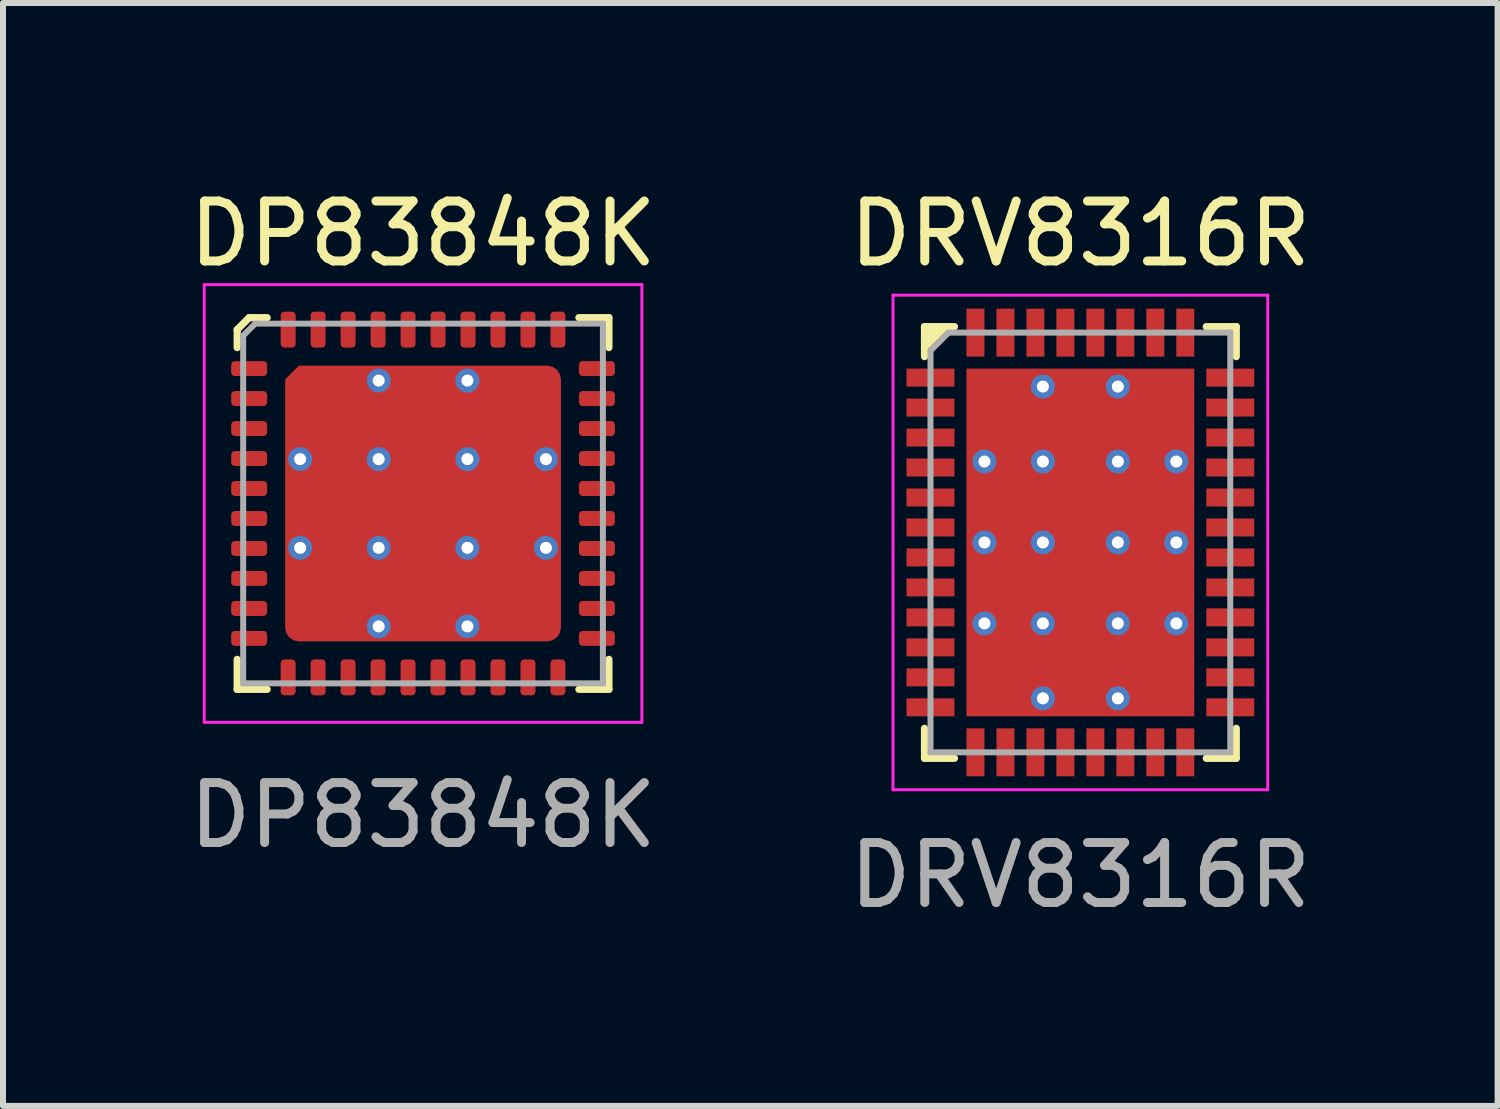
<source format=kicad_pcb>
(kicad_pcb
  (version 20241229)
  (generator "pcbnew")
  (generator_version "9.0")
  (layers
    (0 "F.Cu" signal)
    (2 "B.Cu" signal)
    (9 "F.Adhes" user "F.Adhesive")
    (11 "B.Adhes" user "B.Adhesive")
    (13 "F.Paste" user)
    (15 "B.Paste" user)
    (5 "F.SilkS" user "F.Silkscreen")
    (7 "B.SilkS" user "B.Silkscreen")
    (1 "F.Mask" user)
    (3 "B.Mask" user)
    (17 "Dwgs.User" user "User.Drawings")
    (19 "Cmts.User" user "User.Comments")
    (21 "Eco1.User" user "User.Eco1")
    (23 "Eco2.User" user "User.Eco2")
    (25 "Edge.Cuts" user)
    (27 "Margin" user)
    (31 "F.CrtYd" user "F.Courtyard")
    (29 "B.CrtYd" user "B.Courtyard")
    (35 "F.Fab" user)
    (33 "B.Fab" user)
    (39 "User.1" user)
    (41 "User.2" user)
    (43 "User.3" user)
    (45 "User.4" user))
  (footprint "DP83848K"
    (layer "F.Cu")
    (at 4.006 5.348)
    (property "Reference" "DP83848K" (at 0 -4.5 0) (layer "F.SilkS") (effects (font (size 1 1) (thickness 0.15))))
    (attr smd)
    (fp_line (start -3.1 -2.9) (end -3.1 -2.6) (stroke (width 0.12) (type solid)) (layer "F.SilkS"))
    (fp_line (start -3.1 2.6) (end -3.1 3.1) (stroke (width 0.12) (type solid)) (layer "F.SilkS"))
    (fp_line (start -3.1 3.1) (end -2.6 3.1) (stroke (width 0.12) (type solid)) (layer "F.SilkS"))
    (fp_line (start -2.9 -3.1) (end -3.1 -2.9) (stroke (width 0.12) (type solid)) (layer "F.SilkS"))
    (fp_line (start -2.6 -3.1) (end -2.9 -3.1) (stroke (width 0.12) (type solid)) (layer "F.SilkS"))
    (fp_line (start 2.6 -3.1) (end 3.1 -3.1) (stroke (width 0.12) (type solid)) (layer "F.SilkS"))
    (fp_line (start 3.1 -3.1) (end 3.1 -2.6) (stroke (width 0.12) (type solid)) (layer "F.SilkS"))
    (fp_line (start 3.1 2.6) (end 3.1 3.1) (stroke (width 0.12) (type solid)) (layer "F.SilkS"))
    (fp_line (start 3.1 3.1) (end 2.6 3.1) (stroke (width 0.12) (type solid)) (layer "F.SilkS"))
    (fp_line (start -3.65 -3.65) (end 3.65 -3.65) (stroke (width 0.05) (type solid)) (layer "F.CrtYd"))
    (fp_line (start -3.65 3.65) (end -3.65 -3.65) (stroke (width 0.05) (type solid)) (layer "F.CrtYd"))
    (fp_line (start 3.65 -3.65) (end 3.65 3.65) (stroke (width 0.05) (type solid)) (layer "F.CrtYd"))
    (fp_line (start 3.65 3.65) (end -3.65 3.65) (stroke (width 0.05) (type solid)) (layer "F.CrtYd"))
    (fp_line (start -3 -2.8) (end -2.8 -3) (stroke (width 0.1) (type solid)) (layer "F.Fab"))
    (fp_line (start -3 3) (end -3 -2.8) (stroke (width 0.1) (type solid)) (layer "F.Fab"))
    (fp_line (start -2.8 -3) (end 3 -3) (stroke (width 0.1) (type solid)) (layer "F.Fab"))
    (fp_line (start 3 -3) (end 3 3) (stroke (width 0.1) (type solid)) (layer "F.Fab"))
    (fp_line (start 3 3) (end -3 3) (stroke (width 0.1) (type solid)) (layer "F.Fab"))
    (fp_text user "${REFERENCE}" (at 0 5.2 0) (layer "F.Fab") (effects (font (size 1 1) (thickness 0.15))))
    (pad "" smd roundrect (at -1.48 -1.48) (size 1.28 1.28) (layers "F.Paste") (roundrect_rratio 0.1))
    (pad "" smd roundrect (at -1.48 0) (size 1.28 1.28) (layers "F.Paste") (roundrect_rratio 0.1))
    (pad "" smd roundrect (at -1.48 1.48) (size 1.28 1.28) (layers "F.Paste") (roundrect_rratio 0.1))
    (pad "" smd roundrect (at 0 -1.48) (size 1.28 1.28) (layers "F.Paste") (roundrect_rratio 0.1))
    (pad "" smd roundrect (at 0 0) (size 1.28 1.28) (layers "F.Paste") (roundrect_rratio 0.1))
    (pad "" smd roundrect (at 0 1.48) (size 1.28 1.28) (layers "F.Paste") (roundrect_rratio 0.1))
    (pad "" smd roundrect (at 1.48 -1.48) (size 1.28 1.28) (layers "F.Paste") (roundrect_rratio 0.1))
    (pad "" smd roundrect (at 1.48 0) (size 1.28 1.28) (layers "F.Paste") (roundrect_rratio 0.1))
    (pad "" smd roundrect (at 1.48 1.48) (size 1.28 1.28) (layers "F.Paste") (roundrect_rratio 0.1))
    (pad "1" smd roundrect (at -2.9 -2.25 90) (size 0.25 0.6) (layers "F.Cu" "F.Mask" "F.Paste") (roundrect_rratio 0.25))
    (pad "2" smd roundrect (at -2.9 -1.75 90) (size 0.25 0.6) (layers "F.Cu" "F.Mask" "F.Paste") (roundrect_rratio 0.25))
    (pad "3" smd roundrect (at -2.9 -1.25 90) (size 0.25 0.6) (layers "F.Cu" "F.Mask" "F.Paste") (roundrect_rratio 0.25))
    (pad "4" smd roundrect (at -2.9 -0.75 90) (size 0.25 0.6) (layers "F.Cu" "F.Mask" "F.Paste") (roundrect_rratio 0.25))
    (pad "5" smd roundrect (at -2.9 -0.25 90) (size 0.25 0.6) (layers "F.Cu" "F.Mask" "F.Paste") (roundrect_rratio 0.25))
    (pad "6" smd roundrect (at -2.9 0.25 90) (size 0.25 0.6) (layers "F.Cu" "F.Mask" "F.Paste") (roundrect_rratio 0.25))
    (pad "7" smd roundrect (at -2.9 0.75 90) (size 0.25 0.6) (layers "F.Cu" "F.Mask" "F.Paste") (roundrect_rratio 0.25))
    (pad "8" smd roundrect (at -2.9 1.25 90) (size 0.25 0.6) (layers "F.Cu" "F.Mask" "F.Paste") (roundrect_rratio 0.25))
    (pad "9" smd roundrect (at -2.9 1.75 90) (size 0.25 0.6) (layers "F.Cu" "F.Mask" "F.Paste") (roundrect_rratio 0.25))
    (pad "10" smd roundrect (at -2.9 2.25 90) (size 0.25 0.6) (layers "F.Cu" "F.Mask" "F.Paste") (roundrect_rratio 0.25))
    (pad "11" smd roundrect (at -2.25 2.9) (size 0.25 0.6) (layers "F.Cu" "F.Mask" "F.Paste") (roundrect_rratio 0.25))
    (pad "12" smd roundrect (at -1.75 2.9) (size 0.25 0.6) (layers "F.Cu" "F.Mask" "F.Paste") (roundrect_rratio 0.25))
    (pad "13" smd roundrect (at -1.25 2.9) (size 0.25 0.6) (layers "F.Cu" "F.Mask" "F.Paste") (roundrect_rratio 0.25))
    (pad "14" smd roundrect (at -0.75 2.9) (size 0.25 0.6) (layers "F.Cu" "F.Mask" "F.Paste") (roundrect_rratio 0.25))
    (pad "15" smd roundrect (at -0.25 2.9) (size 0.25 0.6) (layers "F.Cu" "F.Mask" "F.Paste") (roundrect_rratio 0.25))
    (pad "16" smd roundrect (at 0.25 2.9) (size 0.25 0.6) (layers "F.Cu" "F.Mask" "F.Paste") (roundrect_rratio 0.25))
    (pad "17" smd roundrect (at 0.75 2.9) (size 0.25 0.6) (layers "F.Cu" "F.Mask" "F.Paste") (roundrect_rratio 0.25))
    (pad "18" smd roundrect (at 1.25 2.9) (size 0.25 0.6) (layers "F.Cu" "F.Mask" "F.Paste") (roundrect_rratio 0.25))
    (pad "19" smd roundrect (at 1.75 2.9) (size 0.25 0.6) (layers "F.Cu" "F.Mask" "F.Paste") (roundrect_rratio 0.25))
    (pad "20" smd roundrect (at 2.25 2.9) (size 0.25 0.6) (layers "F.Cu" "F.Mask" "F.Paste") (roundrect_rratio 0.25))
    (pad "21" smd roundrect (at 2.9 2.25 90) (size 0.25 0.6) (layers "F.Cu" "F.Mask" "F.Paste") (roundrect_rratio 0.25))
    (pad "22" smd roundrect (at 2.9 1.75 90) (size 0.25 0.6) (layers "F.Cu" "F.Mask" "F.Paste") (roundrect_rratio 0.25))
    (pad "23" smd roundrect (at 2.9 1.25 90) (size 0.25 0.6) (layers "F.Cu" "F.Mask" "F.Paste") (roundrect_rratio 0.25))
    (pad "24" smd roundrect (at 2.9 0.75 90) (size 0.25 0.6) (layers "F.Cu" "F.Mask" "F.Paste") (roundrect_rratio 0.25))
    (pad "25" smd roundrect (at 2.9 0.25 90) (size 0.25 0.6) (layers "F.Cu" "F.Mask" "F.Paste") (roundrect_rratio 0.25))
    (pad "26" smd roundrect (at 2.9 -0.25 90) (size 0.25 0.6) (layers "F.Cu" "F.Mask" "F.Paste") (roundrect_rratio 0.25))
    (pad "27" smd roundrect (at 2.9 -0.75 90) (size 0.25 0.6) (layers "F.Cu" "F.Mask" "F.Paste") (roundrect_rratio 0.25))
    (pad "28" smd roundrect (at 2.9 -1.25 90) (size 0.25 0.6) (layers "F.Cu" "F.Mask" "F.Paste") (roundrect_rratio 0.25))
    (pad "29" smd roundrect (at 2.9 -1.75 90) (size 0.25 0.6) (layers "F.Cu" "F.Mask" "F.Paste") (roundrect_rratio 0.25))
    (pad "30" smd roundrect (at 2.9 -2.25 90) (size 0.25 0.6) (layers "F.Cu" "F.Mask" "F.Paste") (roundrect_rratio 0.25))
    (pad "31" smd roundrect (at 2.25 -2.9) (size 0.25 0.6) (layers "F.Cu" "F.Mask" "F.Paste") (roundrect_rratio 0.25))
    (pad "32" smd roundrect (at 1.75 -2.9) (size 0.25 0.6) (layers "F.Cu" "F.Mask" "F.Paste") (roundrect_rratio 0.25))
    (pad "33" smd roundrect (at 1.25 -2.9) (size 0.25 0.6) (layers "F.Cu" "F.Mask" "F.Paste") (roundrect_rratio 0.25))
    (pad "34" smd roundrect (at 0.75 -2.9) (size 0.25 0.6) (layers "F.Cu" "F.Mask" "F.Paste") (roundrect_rratio 0.25))
    (pad "35" smd roundrect (at 0.25 -2.9) (size 0.25 0.6) (layers "F.Cu" "F.Mask" "F.Paste") (roundrect_rratio 0.25))
    (pad "36" smd roundrect (at -0.25 -2.9) (size 0.25 0.6) (layers "F.Cu" "F.Mask" "F.Paste") (roundrect_rratio 0.25))
    (pad "37" smd roundrect (at -0.75 -2.9) (size 0.25 0.6) (layers "F.Cu" "F.Mask" "F.Paste") (roundrect_rratio 0.25))
    (pad "38" smd roundrect (at -1.25 -2.9) (size 0.25 0.6) (layers "F.Cu" "F.Mask" "F.Paste") (roundrect_rratio 0.25))
    (pad "39" smd roundrect (at -1.75 -2.9) (size 0.25 0.6) (layers "F.Cu" "F.Mask" "F.Paste") (roundrect_rratio 0.25))
    (pad "40" smd roundrect (at -2.25 -2.9) (size 0.25 0.6) (layers "F.Cu" "F.Mask" "F.Paste") (roundrect_rratio 0.25))
    (pad "41" thru_hole circle (at -2.05 -0.74) (size 0.4 0.4) (drill 0.2) (layers "*.Cu" "*.Mask"))
    (pad "41" thru_hole circle (at -2.05 0.74) (size 0.4 0.4) (drill 0.2) (layers "*.Cu" "*.Mask"))
    (pad "41" thru_hole circle (at -0.74 -2.05) (size 0.4 0.4) (drill 0.2) (layers "*.Cu" "*.Mask"))
    (pad "41" thru_hole circle (at -0.74 -0.74) (size 0.4 0.4) (drill 0.2) (layers "*.Cu" "*.Mask"))
    (pad "41" thru_hole circle (at -0.74 0.74) (size 0.4 0.4) (drill 0.2) (layers "*.Cu" "*.Mask"))
    (pad "41" thru_hole circle (at -0.74 2.05) (size 0.4 0.4) (drill 0.2) (layers "*.Cu" "*.Mask"))
    (pad "41" smd roundrect (at 0 0) (size 4.6 4.6) (layers "F.Cu" "F.Mask") (roundrect_rratio 0.05) (chamfer_ratio 0.05) (chamfer top_left))
    (pad "41" thru_hole circle (at 0.74 -2.05) (size 0.4 0.4) (drill 0.2) (layers "*.Cu" "*.Mask"))
    (pad "41" thru_hole circle (at 0.74 -0.74) (size 0.4 0.4) (drill 0.2) (layers "*.Cu" "*.Mask"))
    (pad "41" thru_hole circle (at 0.74 0.74) (size 0.4 0.4) (drill 0.2) (layers "*.Cu" "*.Mask"))
    (pad "41" thru_hole circle (at 0.74 2.05) (size 0.4 0.4) (drill 0.2) (layers "*.Cu" "*.Mask"))
    (pad "41" thru_hole circle (at 2.05 -0.74) (size 0.4 0.4) (drill 0.2) (layers "*.Cu" "*.Mask"))
    (pad "41" thru_hole circle (at 2.05 0.74) (size 0.4 0.4) (drill 0.2) (layers "*.Cu" "*.Mask")))
  (footprint "DRV8316R"
    (layer "F.Cu")
    (at 14.97 5.998)
    (property "Reference" "DRV8316R" (at 0 -5.15 0) (layer "F.SilkS") (effects (font (size 1 1) (thickness 0.15))))
    (attr smd)
    (fp_line (start -2.6 -3.6) (end -2.1 -3.6) (stroke (width 0.12) (type solid)) (layer "F.SilkS"))
    (fp_line (start -2.6 -3.4) (end -2.4 -3.6) (stroke (width 0.12) (type solid)) (layer "F.SilkS"))
    (fp_line (start -2.6 -3.25) (end -2.25 -3.6) (stroke (width 0.12) (type solid)) (layer "F.SilkS"))
    (fp_line (start -2.6 -3.1) (end -2.6 -3.6) (stroke (width 0.12) (type solid)) (layer "F.SilkS"))
    (fp_line (start -2.6 3.1) (end -2.6 3.6) (stroke (width 0.12) (type solid)) (layer "F.SilkS"))
    (fp_line (start -2.6 3.6) (end -2.1 3.6) (stroke (width 0.12) (type solid)) (layer "F.SilkS"))
    (fp_line (start 2.1 -3.6) (end 2.6 -3.6) (stroke (width 0.12) (type solid)) (layer "F.SilkS"))
    (fp_line (start 2.6 -3.6) (end 2.6 -3.1) (stroke (width 0.12) (type solid)) (layer "F.SilkS"))
    (fp_line (start 2.6 3.1) (end 2.6 3.6) (stroke (width 0.12) (type solid)) (layer "F.SilkS"))
    (fp_line (start 2.6 3.6) (end 2.1 3.6) (stroke (width 0.12) (type solid)) (layer "F.SilkS"))
    (fp_line (start -3.125 -4.125) (end 3.125 -4.125) (stroke (width 0.05) (type solid)) (layer "F.CrtYd"))
    (fp_line (start -3.125 4.125) (end -3.125 -4.125) (stroke (width 0.05) (type solid)) (layer "F.CrtYd"))
    (fp_line (start 3.125 -4.125) (end 3.125 4.125) (stroke (width 0.05) (type solid)) (layer "F.CrtYd"))
    (fp_line (start 3.125 4.125) (end -3.125 4.125) (stroke (width 0.05) (type solid)) (layer "F.CrtYd"))
    (fp_line (start -2.5 -3.2) (end -2.2 -3.5) (stroke (width 0.1) (type solid)) (layer "F.Fab"))
    (fp_line (start -2.5 3.5) (end -2.5 -3.2) (stroke (width 0.1) (type solid)) (layer "F.Fab"))
    (fp_line (start -2.2 -3.5) (end 2.5 -3.5) (stroke (width 0.1) (type solid)) (layer "F.Fab"))
    (fp_line (start 2.5 -3.5) (end 2.5 3.5) (stroke (width 0.1) (type solid)) (layer "F.Fab"))
    (fp_line (start 2.5 3.5) (end -2.5 3.5) (stroke (width 0.1) (type solid)) (layer "F.Fab"))
    (fp_text user "${REFERENCE}" (at 0 5.55 0) (layer "F.Fab") (effects (font (size 1 1) (thickness 0.15))))
    (pad "" smd roundrect (at -1.25 -2.025) (size 1.05 1.15) (layers "F.Paste") (roundrect_rratio 0.1))
    (pad "" smd roundrect (at -1.25 -0.675) (size 1.05 1.15) (layers "F.Paste") (roundrect_rratio 0.1))
    (pad "" smd roundrect (at -1.25 0.675) (size 1.05 1.15) (layers "F.Paste") (roundrect_rratio 0.1))
    (pad "" smd roundrect (at -1.25 2.025) (size 1.05 1.15) (layers "F.Paste") (roundrect_rratio 0.1))
    (pad "" smd roundrect (at 0 -2.025) (size 1.05 1.15) (layers "F.Paste") (roundrect_rratio 0.1))
    (pad "" smd roundrect (at 0 -0.675) (size 1.05 1.15) (layers "F.Paste") (roundrect_rratio 0.1))
    (pad "" smd roundrect (at 0 0.675) (size 1.05 1.15) (layers "F.Paste") (roundrect_rratio 0.1))
    (pad "" smd roundrect (at 0 2.025) (size 1.05 1.15) (layers "F.Paste") (roundrect_rratio 0.1))
    (pad "" smd roundrect (at 1.25 -2.025) (size 1.05 1.15) (layers "F.Paste") (roundrect_rratio 0.1))
    (pad "" smd roundrect (at 1.25 -0.675) (size 1.05 1.15) (layers "F.Paste") (roundrect_rratio 0.1))
    (pad "" smd roundrect (at 1.25 0.675) (size 1.05 1.15) (layers "F.Paste") (roundrect_rratio 0.1))
    (pad "" smd roundrect (at 1.25 2.025) (size 1.05 1.15) (layers "F.Paste") (roundrect_rratio 0.1))
    (pad "1" smd rect (at -2.5 -2.75 90) (size 0.3 0.8) (layers "F.Cu" "F.Mask" "F.Paste"))
    (pad "2" smd rect (at -2.5 -2.25 90) (size 0.3 0.8) (layers "F.Cu" "F.Mask" "F.Paste"))
    (pad "3" smd rect (at -2.5 -1.75 90) (size 0.3 0.8) (layers "F.Cu" "F.Mask" "F.Paste"))
    (pad "4" smd rect (at -2.5 -1.25 90) (size 0.3 0.8) (layers "F.Cu" "F.Mask" "F.Paste"))
    (pad "5" smd rect (at -2.5 -0.75 90) (size 0.3 0.8) (layers "F.Cu" "F.Mask" "F.Paste"))
    (pad "6" smd rect (at -2.5 -0.25 90) (size 0.3 0.8) (layers "F.Cu" "F.Mask" "F.Paste"))
    (pad "7" smd rect (at -2.5 0.25 90) (size 0.3 0.8) (layers "F.Cu" "F.Mask" "F.Paste"))
    (pad "8" smd rect (at -2.5 0.75 90) (size 0.3 0.8) (layers "F.Cu" "F.Mask" "F.Paste"))
    (pad "9" smd rect (at -2.5 1.25 90) (size 0.3 0.8) (layers "F.Cu" "F.Mask" "F.Paste"))
    (pad "10" smd rect (at -2.5 1.75 90) (size 0.3 0.8) (layers "F.Cu" "F.Mask" "F.Paste"))
    (pad "11" smd rect (at -2.5 2.25 90) (size 0.3 0.8) (layers "F.Cu" "F.Mask" "F.Paste"))
    (pad "12" smd rect (at -2.5 2.75 90) (size 0.3 0.8) (layers "F.Cu" "F.Mask" "F.Paste"))
    (pad "13" smd rect (at -1.75 3.5) (size 0.3 0.8) (layers "F.Cu" "F.Mask" "F.Paste"))
    (pad "14" smd rect (at -1.25 3.5) (size 0.3 0.8) (layers "F.Cu" "F.Mask" "F.Paste"))
    (pad "15" smd rect (at -0.75 3.5) (size 0.3 0.8) (layers "F.Cu" "F.Mask" "F.Paste"))
    (pad "16" smd rect (at -0.25 3.5) (size 0.3 0.8) (layers "F.Cu" "F.Mask" "F.Paste"))
    (pad "17" smd rect (at 0.25 3.5) (size 0.3 0.8) (layers "F.Cu" "F.Mask" "F.Paste"))
    (pad "18" smd rect (at 0.75 3.5) (size 0.3 0.8) (layers "F.Cu" "F.Mask" "F.Paste"))
    (pad "19" smd rect (at 1.25 3.5) (size 0.3 0.8) (layers "F.Cu" "F.Mask" "F.Paste"))
    (pad "20" smd rect (at 1.75 3.5) (size 0.3 0.8) (layers "F.Cu" "F.Mask" "F.Paste"))
    (pad "21" smd rect (at 2.5 2.75 90) (size 0.3 0.8) (layers "F.Cu" "F.Mask" "F.Paste"))
    (pad "22" smd rect (at 2.5 2.25 90) (size 0.3 0.8) (layers "F.Cu" "F.Mask" "F.Paste"))
    (pad "23" smd rect (at 2.5 1.75 90) (size 0.3 0.8) (layers "F.Cu" "F.Mask" "F.Paste"))
    (pad "24" smd rect (at 2.5 1.25 90) (size 0.3 0.8) (layers "F.Cu" "F.Mask" "F.Paste"))
    (pad "25" smd rect (at 2.5 0.75 90) (size 0.3 0.8) (layers "F.Cu" "F.Mask" "F.Paste"))
    (pad "26" smd rect (at 2.5 0.25 90) (size 0.3 0.8) (layers "F.Cu" "F.Mask" "F.Paste"))
    (pad "27" smd rect (at 2.5 -0.25 90) (size 0.3 0.8) (layers "F.Cu" "F.Mask" "F.Paste"))
    (pad "28" smd rect (at 2.5 -0.75 90) (size 0.3 0.8) (layers "F.Cu" "F.Mask" "F.Paste"))
    (pad "29" smd rect (at 2.5 -1.25 90) (size 0.3 0.8) (layers "F.Cu" "F.Mask" "F.Paste"))
    (pad "30" smd rect (at 2.5 -1.75 90) (size 0.3 0.8) (layers "F.Cu" "F.Mask" "F.Paste"))
    (pad "31" smd rect (at 2.5 -2.25 90) (size 0.3 0.8) (layers "F.Cu" "F.Mask" "F.Paste"))
    (pad "32" smd rect (at 2.5 -2.75 90) (size 0.3 0.8) (layers "F.Cu" "F.Mask" "F.Paste"))
    (pad "33" smd rect (at 1.75 -3.5) (size 0.3 0.8) (layers "F.Cu" "F.Mask" "F.Paste"))
    (pad "34" smd rect (at 1.25 -3.5) (size 0.3 0.8) (layers "F.Cu" "F.Mask" "F.Paste"))
    (pad "35" smd rect (at 0.75 -3.5) (size 0.3 0.8) (layers "F.Cu" "F.Mask" "F.Paste"))
    (pad "36" smd rect (at 0.25 -3.5) (size 0.3 0.8) (layers "F.Cu" "F.Mask" "F.Paste"))
    (pad "37" smd rect (at -0.25 -3.5) (size 0.3 0.8) (layers "F.Cu" "F.Mask" "F.Paste"))
    (pad "38" smd rect (at -0.75 -3.5) (size 0.3 0.8) (layers "F.Cu" "F.Mask" "F.Paste"))
    (pad "39" smd rect (at -1.25 -3.5) (size 0.3 0.8) (layers "F.Cu" "F.Mask" "F.Paste"))
    (pad "40" smd rect (at -1.75 -3.5) (size 0.3 0.8) (layers "F.Cu" "F.Mask" "F.Paste"))
    (pad "41" thru_hole circle (at -1.6 -1.35) (size 0.4 0.4) (drill 0.2) (layers "*.Cu" "*.Mask"))
    (pad "41" thru_hole circle (at -1.6 0) (size 0.4 0.4) (drill 0.2) (layers "*.Cu" "*.Mask"))
    (pad "41" thru_hole circle (at -1.6 1.35) (size 0.4 0.4) (drill 0.2) (layers "*.Cu" "*.Mask"))
    (pad "41" thru_hole circle (at -0.625 -2.6) (size 0.4 0.4) (drill 0.2) (layers "*.Cu" "*.Mask"))
    (pad "41" thru_hole circle (at -0.625 -1.35) (size 0.4 0.4) (drill 0.2) (layers "*.Cu" "*.Mask"))
    (pad "41" thru_hole circle (at -0.625 0) (size 0.4 0.4) (drill 0.2) (layers "*.Cu" "*.Mask"))
    (pad "41" thru_hole circle (at -0.625 1.35) (size 0.4 0.4) (drill 0.2) (layers "*.Cu" "*.Mask"))
    (pad "41" thru_hole circle (at -0.625 2.6) (size 0.4 0.4) (drill 0.2) (layers "*.Cu" "*.Mask"))
    (pad "41" smd rect (at 0 0) (size 3.8 5.8) (layers "F.Cu" "F.Mask"))
    (pad "41" thru_hole circle (at 0.625 -2.6) (size 0.4 0.4) (drill 0.2) (layers "*.Cu" "*.Mask"))
    (pad "41" thru_hole circle (at 0.625 -1.35) (size 0.4 0.4) (drill 0.2) (layers "*.Cu" "*.Mask"))
    (pad "41" thru_hole circle (at 0.625 0) (size 0.4 0.4) (drill 0.2) (layers "*.Cu" "*.Mask"))
    (pad "41" thru_hole circle (at 0.625 1.35) (size 0.4 0.4) (drill 0.2) (layers "*.Cu" "*.Mask"))
    (pad "41" thru_hole circle (at 0.625 2.6) (size 0.4 0.4) (drill 0.2) (layers "*.Cu" "*.Mask"))
    (pad "41" thru_hole circle (at 1.6 -1.35) (size 0.4 0.4) (drill 0.2) (layers "*.Cu" "*.Mask"))
    (pad "41" thru_hole circle (at 1.6 0) (size 0.4 0.4) (drill 0.2) (layers "*.Cu" "*.Mask"))
    (pad "41" thru_hole circle (at 1.6 1.35) (size 0.4 0.4) (drill 0.2) (layers "*.Cu" "*.Mask")))
  (gr_rect
    (start -3 -3)
    (end 21.929 15.396)
    (stroke (width 0.1) (type default))
    (fill no)
    (layer "Edge.Cuts")))
</source>
